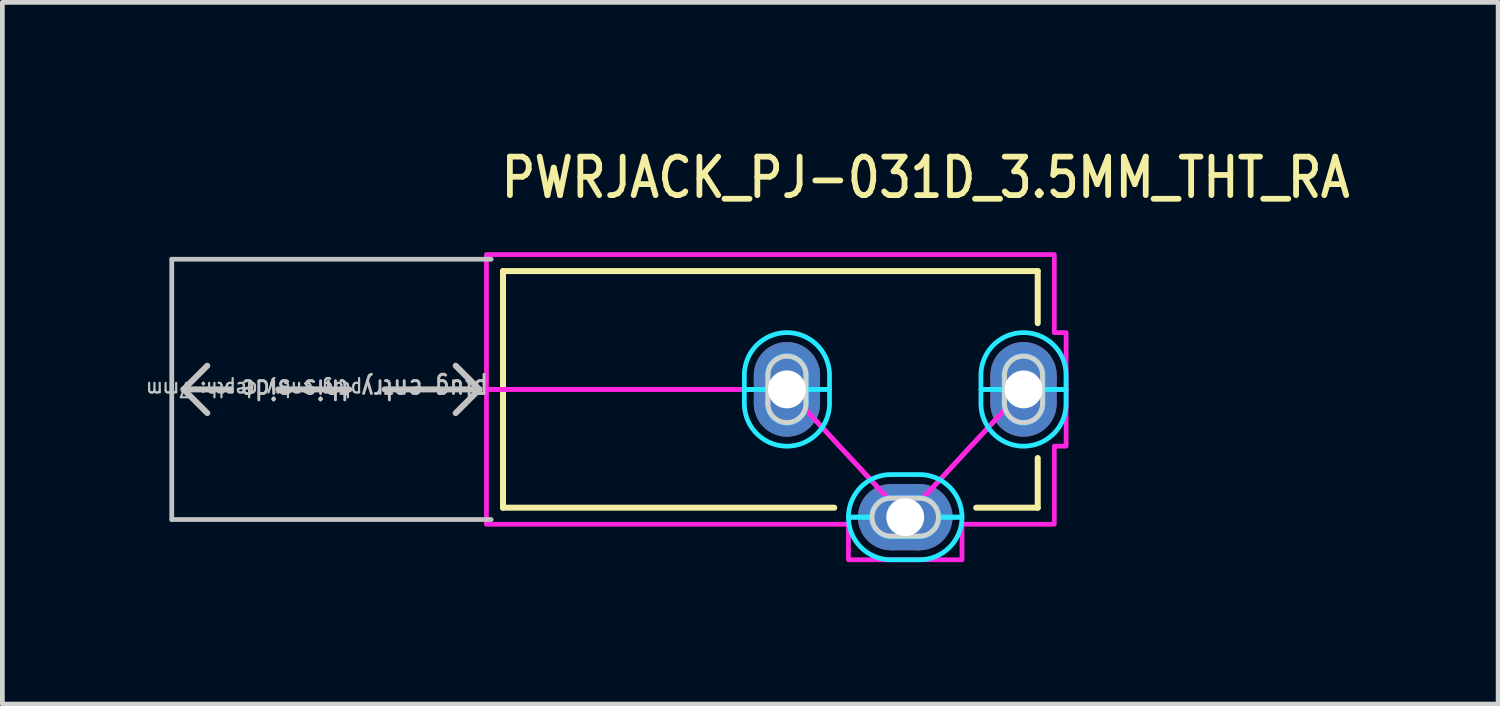
<source format=kicad_pcb>
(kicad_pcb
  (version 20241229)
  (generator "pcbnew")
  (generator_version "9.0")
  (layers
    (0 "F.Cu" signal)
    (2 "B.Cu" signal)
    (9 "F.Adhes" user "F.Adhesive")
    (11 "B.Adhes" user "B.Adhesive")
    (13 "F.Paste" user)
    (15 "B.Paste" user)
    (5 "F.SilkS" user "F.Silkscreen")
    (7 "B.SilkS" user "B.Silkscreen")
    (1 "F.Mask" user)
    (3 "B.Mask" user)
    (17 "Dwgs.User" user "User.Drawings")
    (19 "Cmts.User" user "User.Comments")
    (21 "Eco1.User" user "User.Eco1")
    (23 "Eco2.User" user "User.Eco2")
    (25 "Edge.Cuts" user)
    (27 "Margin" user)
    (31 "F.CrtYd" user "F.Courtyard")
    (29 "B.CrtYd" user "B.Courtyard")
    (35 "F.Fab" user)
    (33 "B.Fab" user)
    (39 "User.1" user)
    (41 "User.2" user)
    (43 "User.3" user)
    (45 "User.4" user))
  (footprint "PWRJACK_PJ-031D_3.5MM_THT_RA"
    (layer "F.Cu")
    (at 16.08 5.179)
    (property "Reference" "PWRJACK_PJ-031D_3.5MM_THT_RA" (at -8.6 -4 0) (unlocked yes) (layer "F.SilkS") (effects (font (size 0.813 0.695) (thickness 0.122)) (justify left bottom)))
    (fp_circle (center -2.5 -0.3) (end -3.2 -0.3) (stroke (width 0) (type solid)) (fill yes) (layer "F.Cu"))
    (fp_circle (center -2.5 0.3) (end -1.8 0.3) (stroke (width 0) (type solid)) (fill yes) (layer "F.Cu"))
    (fp_circle (center -0.3 2.7) (end -0.3 3.4) (stroke (width 0) (type solid)) (fill yes) (layer "F.Cu"))
    (fp_circle (center 0.3 2.7) (end 0.3 2) (stroke (width 0) (type solid)) (fill yes) (layer "F.Cu"))
    (fp_circle (center 2.5 -0.3) (end 1.8 -0.3) (stroke (width 0) (type solid)) (fill yes) (layer "F.Cu"))
    (fp_circle (center 2.5 0.3) (end 3.2 0.3) (stroke (width 0) (type solid)) (fill yes) (layer "F.Cu"))
    (fp_poly (pts (xy -3.2 -0.3) (xy -1.8 -0.3) (xy -1.8 0.3) (xy -3.2 0.3)) (stroke (width 0) (type solid)) (fill yes) (layer "F.Cu"))
    (fp_poly (pts (xy -0.3 3.4) (xy -0.3 2) (xy 0.3 2) (xy 0.3 3.4)) (stroke (width 0) (type solid)) (fill yes) (layer "F.Cu"))
    (fp_poly (pts (xy 1.8 -0.3) (xy 3.2 -0.3) (xy 3.2 0.3) (xy 1.8 0.3)) (stroke (width 0) (type solid)) (fill yes) (layer "F.Cu"))
    (fp_circle (center -2.5 -0.3) (end -3.3 -0.3) (stroke (width 0) (type solid)) (fill yes) (layer "F.Mask"))
    (fp_circle (center -2.5 0.3) (end -1.7 0.3) (stroke (width 0) (type solid)) (fill yes) (layer "F.Mask"))
    (fp_circle (center -0.3 2.7) (end -0.3 3.5) (stroke (width 0) (type solid)) (fill yes) (layer "F.Mask"))
    (fp_circle (center 0.3 2.7) (end 0.3 1.9) (stroke (width 0) (type solid)) (fill yes) (layer "F.Mask"))
    (fp_circle (center 2.5 -0.3) (end 1.7 -0.3) (stroke (width 0) (type solid)) (fill yes) (layer "F.Mask"))
    (fp_circle (center 2.5 0.3) (end 3.3 0.3) (stroke (width 0) (type solid)) (fill yes) (layer "F.Mask"))
    (fp_poly (pts (xy -3.3 -0.3) (xy -1.7 -0.3) (xy -1.7 0.3) (xy -3.3 0.3)) (stroke (width 0) (type solid)) (fill yes) (layer "F.Mask"))
    (fp_poly (pts (xy -0.3 3.5) (xy -0.3 1.9) (xy 0.3 1.9) (xy 0.3 3.5)) (stroke (width 0) (type solid)) (fill yes) (layer "F.Mask"))
    (fp_poly (pts (xy 1.7 -0.3) (xy 3.3 -0.3) (xy 3.3 0.3) (xy 1.7 0.3)) (stroke (width 0) (type solid)) (fill yes) (layer "F.Mask"))
    (fp_circle (center -2.5 -0.3) (end -1.8 -0.3) (stroke (width 0) (type solid)) (fill yes) (layer "B.Cu"))
    (fp_circle (center -2.5 0.3) (end -3.2 0.3) (stroke (width 0) (type solid)) (fill yes) (layer "B.Cu"))
    (fp_circle (center -0.3 2.7) (end -0.3 2) (stroke (width 0) (type solid)) (fill yes) (layer "B.Cu"))
    (fp_circle (center 0.3 2.7) (end 0.3 3.4) (stroke (width 0) (type solid)) (fill yes) (layer "B.Cu"))
    (fp_circle (center 2.5 -0.3) (end 3.2 -0.3) (stroke (width 0) (type solid)) (fill yes) (layer "B.Cu"))
    (fp_circle (center 2.5 0.3) (end 1.8 0.3) (stroke (width 0) (type solid)) (fill yes) (layer "B.Cu"))
    (fp_poly (pts (xy -1.8 -0.3) (xy -3.2 -0.3) (xy -3.2 0.3) (xy -1.8 0.3)) (stroke (width 0) (type solid)) (fill yes) (layer "B.Cu"))
    (fp_poly (pts (xy 0.3 3.4) (xy 0.3 2) (xy -0.3 2) (xy -0.3 3.4)) (stroke (width 0) (type solid)) (fill yes) (layer "B.Cu"))
    (fp_poly (pts (xy 3.2 -0.3) (xy 1.8 -0.3) (xy 1.8 0.3) (xy 3.2 0.3)) (stroke (width 0) (type solid)) (fill yes) (layer "B.Cu"))
    (fp_circle (center -2.5 -0.3) (end -1.7 -0.3) (stroke (width 0) (type solid)) (fill yes) (layer "B.Mask"))
    (fp_circle (center -2.5 0.3) (end -3.3 0.3) (stroke (width 0) (type solid)) (fill yes) (layer "B.Mask"))
    (fp_circle (center -0.3 2.7) (end -0.3 1.9) (stroke (width 0) (type solid)) (fill yes) (layer "B.Mask"))
    (fp_circle (center 0.3 2.7) (end 0.3 3.5) (stroke (width 0) (type solid)) (fill yes) (layer "B.Mask"))
    (fp_circle (center 2.5 -0.3) (end 3.3 -0.3) (stroke (width 0) (type solid)) (fill yes) (layer "B.Mask"))
    (fp_circle (center 2.5 0.3) (end 1.7 0.3) (stroke (width 0) (type solid)) (fill yes) (layer "B.Mask"))
    (fp_poly (pts (xy -1.7 -0.3) (xy -3.3 -0.3) (xy -3.3 0.3) (xy -1.7 0.3)) (stroke (width 0) (type solid)) (fill yes) (layer "B.Mask"))
    (fp_poly (pts (xy 0.3 3.5) (xy 0.3 1.9) (xy -0.3 1.9) (xy -0.3 3.5)) (stroke (width 0) (type solid)) (fill yes) (layer "B.Mask"))
    (fp_poly (pts (xy 3.3 -0.3) (xy 1.7 -0.3) (xy 1.7 0.3) (xy 3.3 0.3)) (stroke (width 0) (type solid)) (fill yes) (layer "B.Mask"))
    (fp_line (start -8.5 -2.5) (end 2.8 -2.5) (stroke (width 0.127) (type solid)) (layer "F.SilkS"))
    (fp_line (start -8.5 2.5) (end -8.5 -2.5) (stroke (width 0.127) (type solid)) (layer "F.SilkS"))
    (fp_line (start -1.5 2.5) (end -8.5 2.5) (stroke (width 0.127) (type solid)) (layer "F.SilkS"))
    (fp_line (start 2.8 -2.5) (end 2.8 -1.4) (stroke (width 0.127) (type solid)) (layer "F.SilkS"))
    (fp_line (start 2.8 1.45) (end 2.8 2.5) (stroke (width 0.127) (type solid)) (layer "F.SilkS"))
    (fp_line (start 2.8 2.5) (end 1.5 2.5) (stroke (width 0.127) (type solid)) (layer "F.SilkS"))
    (fp_line (start -15.5 -2.75) (end -15.5 2.75) (stroke (width 0.1) (type solid)) (layer "Dwgs.User"))
    (fp_line (start -15.5 2.75) (end -8.75 2.75) (stroke (width 0.1) (type solid)) (layer "Dwgs.User"))
    (fp_line (start -15.25 0) (end -14.75 -0.5) (stroke (width 0.127) (type solid)) (layer "Dwgs.User"))
    (fp_line (start -15.25 0) (end -14.75 0.5) (stroke (width 0.127) (type solid)) (layer "Dwgs.User"))
    (fp_line (start -14.25 0) (end -15.25 0) (stroke (width 0.127) (type solid)) (layer "Dwgs.User"))
    (fp_line (start -11.75 0) (end -13.25 0) (stroke (width 0.127) (type solid)) (layer "Dwgs.User"))
    (fp_line (start -9 0) (end -11 0) (stroke (width 0.127) (type solid)) (layer "Dwgs.User"))
    (fp_line (start -9 0) (end -9.5 -0.5) (stroke (width 0.127) (type solid)) (layer "Dwgs.User"))
    (fp_line (start -9 0) (end -9.5 0.5) (stroke (width 0.127) (type solid)) (layer "Dwgs.User"))
    (fp_line (start -8.75 -2.75) (end -15.5 -2.75) (stroke (width 0.1) (type solid)) (layer "Dwgs.User"))
    (fp_line (start -2.9 -0.3) (end -2.9 0.3) (stroke (width 0.1) (type solid)) (layer "Edge.Cuts"))
    (fp_line (start -2.1 0.3) (end -2.1 -0.3) (stroke (width 0.1) (type solid)) (layer "Edge.Cuts"))
    (fp_line (start -0.3 3.1) (end 0.3 3.1) (stroke (width 0.1) (type solid)) (layer "Edge.Cuts"))
    (fp_line (start 0.3 2.3) (end -0.3 2.3) (stroke (width 0.1) (type solid)) (layer "Edge.Cuts"))
    (fp_line (start 2.1 -0.3) (end 2.1 0.3) (stroke (width 0.1) (type solid)) (layer "Edge.Cuts"))
    (fp_line (start 2.9 0.3) (end 2.9 -0.3) (stroke (width 0.1) (type solid)) (layer "Edge.Cuts"))
    (fp_arc (start -2.9 -0.3) (mid -2.5 -0.7) (end -2.1 -0.3) (stroke (width 0.1) (type solid)) (layer "Edge.Cuts"))
    (fp_arc (start -2.1 0.3) (mid -2.5 0.7) (end -2.9 0.3) (stroke (width 0.1) (type solid)) (layer "Edge.Cuts"))
    (fp_arc (start -0.3 3.1) (mid -0.7 2.7) (end -0.3 2.3) (stroke (width 0.1) (type solid)) (layer "Edge.Cuts"))
    (fp_arc (start 0.3 2.3) (mid 0.7 2.7) (end 0.3 3.1) (stroke (width 0.1) (type solid)) (layer "Edge.Cuts"))
    (fp_arc (start 2.1 -0.3) (mid 2.5 -0.7) (end 2.9 -0.3) (stroke (width 0.1) (type solid)) (layer "Edge.Cuts"))
    (fp_arc (start 2.9 0.3) (mid 2.5 0.7) (end 2.1 0.3) (stroke (width 0.1) (type solid)) (layer "Edge.Cuts"))
    (fp_poly (pts (xy -3.4 0) (xy -3.4 -0.3) (xy -3.399 -0.35) (xy -3.395 -0.399) (xy -3.388 -0.448) (xy -3.378 -0.497) (xy -3.366 -0.545) (xy -3.351 -0.592) (xy -3.334 -0.639) (xy -3.314 -0.684) (xy -3.292 -0.728) (xy -3.267 -0.771) (xy -3.24 -0.813) (xy -3.21 -0.853) (xy -3.179 -0.891) (xy -3.145 -0.928) (xy -3.11 -0.962) (xy -3.072 -0.995) (xy -3.033 -1.025) (xy -2.992 -1.053) (xy -2.95 -1.079) (xy -2.906 -1.103) (xy -2.862 -1.124) (xy -2.816 -1.143) (xy -2.769 -1.159) (xy -2.721 -1.172) (xy -2.673 -1.183) (xy -2.624 -1.191) (xy -2.574 -1.197) (xy -2.525 -1.2) (xy -2.475 -1.2) (xy -2.426 -1.197) (xy -2.376 -1.191) (xy -2.327 -1.183) (xy -2.279 -1.172) (xy -2.231 -1.159) (xy -2.184 -1.143) (xy -2.138 -1.124) (xy -2.094 -1.103) (xy -2.05 -1.079) (xy -2.008 -1.053) (xy -1.967 -1.025) (xy -1.928 -0.995) (xy -1.89 -0.962) (xy -1.855 -0.928) (xy -1.821 -0.891) (xy -1.79 -0.853) (xy -1.76 -0.813) (xy -1.733 -0.771) (xy -1.708 -0.728) (xy -1.686 -0.684) (xy -1.666 -0.639) (xy -1.649 -0.592) (xy -1.634 -0.545) (xy -1.622 -0.497) (xy -1.612 -0.448) (xy -1.605 -0.399) (xy -1.601 -0.35) (xy -1.6 -0.3) (xy -1.6 0) (xy -2.09 0) (xy -2.09 -0.3) (xy -2.09 -0.301) (xy -2.093 -0.349) (xy -2.093 -0.35) (xy -2.102 -0.398) (xy -2.102 -0.399) (xy -2.116 -0.445) (xy -2.117 -0.446) (xy -2.137 -0.49) (xy -2.137 -0.491) (xy -2.162 -0.532) (xy -2.163 -0.533) (xy -2.193 -0.571) (xy -2.194 -0.572) (xy -2.228 -0.606) (xy -2.229 -0.607) (xy -2.267 -0.637) (xy -2.268 -0.638) (xy -2.309 -0.663) (xy -2.31 -0.663) (xy -2.354 -0.683) (xy -2.355 -0.684) (xy -2.401 -0.698) (xy -2.402 -0.698) (xy -2.45 -0.707) (xy -2.451 -0.707) (xy -2.499 -0.71) (xy -2.501 -0.71) (xy -2.549 -0.707) (xy -2.55 -0.707) (xy -2.598 -0.698) (xy -2.599 -0.698) (xy -2.645 -0.684) (xy -2.646 -0.683) (xy -2.69 -0.663) (xy -2.691 -0.663) (xy -2.732 -0.638) (xy -2.733 -0.637) (xy -2.771 -0.607) (xy -2.772 -0.606) (xy -2.806 -0.572) (xy -2.807 -0.571) (xy -2.837 -0.533) (xy -2.838 -0.532) (xy -2.863 -0.491) (xy -2.863 -0.49) (xy -2.883 -0.446) (xy -2.884 -0.445) (xy -2.898 -0.399) (xy -2.898 -0.398) (xy -2.907 -0.35) (xy -2.907 -0.349) (xy -2.91 -0.301) (xy -2.91 -0.3) (xy -2.91 0)) (stroke (width 0.1) (type solid)) (fill no) (layer "B.CrtYd"))
    (fp_poly (pts (xy -1.6 0.3) (xy -1.601 0.35) (xy -1.605 0.399) (xy -1.612 0.448) (xy -1.622 0.497) (xy -1.634 0.545) (xy -1.649 0.592) (xy -1.666 0.639) (xy -1.686 0.684) (xy -1.708 0.728) (xy -1.733 0.771) (xy -1.76 0.813) (xy -1.79 0.853) (xy -1.821 0.891) (xy -1.855 0.928) (xy -1.89 0.962) (xy -1.928 0.995) (xy -1.967 1.025) (xy -2.008 1.053) (xy -2.05 1.079) (xy -2.094 1.103) (xy -2.138 1.124) (xy -2.184 1.143) (xy -2.231 1.159) (xy -2.279 1.172) (xy -2.327 1.183) (xy -2.376 1.191) (xy -2.426 1.197) (xy -2.475 1.2) (xy -2.525 1.2) (xy -2.574 1.197) (xy -2.624 1.191) (xy -2.673 1.183) (xy -2.721 1.172) (xy -2.769 1.159) (xy -2.816 1.143) (xy -2.862 1.124) (xy -2.906 1.103) (xy -2.95 1.079) (xy -2.992 1.053) (xy -3.033 1.025) (xy -3.072 0.995) (xy -3.11 0.962) (xy -3.145 0.928) (xy -3.179 0.891) (xy -3.21 0.853) (xy -3.24 0.813) (xy -3.267 0.771) (xy -3.292 0.728) (xy -3.314 0.684) (xy -3.334 0.639) (xy -3.351 0.592) (xy -3.366 0.545) (xy -3.378 0.497) (xy -3.388 0.448) (xy -3.395 0.399) (xy -3.399 0.35) (xy -3.4 0.3) (xy -3.4 0) (xy -2.91 0) (xy -2.91 0.3) (xy -2.91 0.301) (xy -2.907 0.349) (xy -2.907 0.35) (xy -2.898 0.398) (xy -2.898 0.399) (xy -2.884 0.445) (xy -2.883 0.446) (xy -2.863 0.49) (xy -2.863 0.491) (xy -2.838 0.532) (xy -2.837 0.533) (xy -2.807 0.571) (xy -2.806 0.572) (xy -2.772 0.606) (xy -2.771 0.607) (xy -2.733 0.637) (xy -2.732 0.638) (xy -2.691 0.663) (xy -2.69 0.663) (xy -2.646 0.683) (xy -2.645 0.684) (xy -2.599 0.698) (xy -2.598 0.698) (xy -2.55 0.707) (xy -2.549 0.707) (xy -2.501 0.71) (xy -2.499 0.71) (xy -2.451 0.707) (xy -2.45 0.707) (xy -2.402 0.698) (xy -2.401 0.698) (xy -2.355 0.684) (xy -2.354 0.683) (xy -2.31 0.663) (xy -2.309 0.663) (xy -2.268 0.638) (xy -2.267 0.637) (xy -2.229 0.607) (xy -2.228 0.606) (xy -2.194 0.572) (xy -2.193 0.571) (xy -2.163 0.533) (xy -2.162 0.532) (xy -2.137 0.491) (xy -2.137 0.49) (xy -2.117 0.446) (xy -2.116 0.445) (xy -2.102 0.399) (xy -2.102 0.398) (xy -2.093 0.35) (xy -2.093 0.349) (xy -2.09 0.301) (xy -2.09 0.3) (xy -2.09 0) (xy -1.6 0)) (stroke (width 0.1) (type solid)) (fill no) (layer "B.CrtYd"))
    (fp_poly (pts (xy -1.2 2.7) (xy -1.2 2.675) (xy -1.197 2.626) (xy -1.191 2.576) (xy -1.183 2.527) (xy -1.172 2.479) (xy -1.159 2.431) (xy -1.143 2.384) (xy -1.124 2.338) (xy -1.103 2.294) (xy -1.079 2.25) (xy -1.053 2.208) (xy -1.025 2.167) (xy -0.995 2.128) (xy -0.962 2.09) (xy -0.928 2.055) (xy -0.891 2.021) (xy -0.853 1.99) (xy -0.813 1.96) (xy -0.771 1.933) (xy -0.728 1.908) (xy -0.684 1.886) (xy -0.639 1.866) (xy -0.592 1.849) (xy -0.545 1.834) (xy -0.497 1.822) (xy -0.448 1.812) (xy -0.399 1.805) (xy -0.35 1.801) (xy -0.3 1.8) (xy 0.3 1.8) (xy 0.35 1.801) (xy 0.399 1.805) (xy 0.448 1.812) (xy 0.497 1.822) (xy 0.545 1.834) (xy 0.592 1.849) (xy 0.639 1.866) (xy 0.684 1.886) (xy 0.728 1.908) (xy 0.771 1.933) (xy 0.813 1.96) (xy 0.853 1.99) (xy 0.891 2.021) (xy 0.928 2.055) (xy 0.962 2.09) (xy 0.995 2.128) (xy 1.025 2.167) (xy 1.053 2.208) (xy 1.079 2.25) (xy 1.103 2.294) (xy 1.124 2.338) (xy 1.143 2.384) (xy 1.159 2.431) (xy 1.172 2.479) (xy 1.183 2.527) (xy 1.191 2.576) (xy 1.197 2.626) (xy 1.2 2.675) (xy 1.2 2.7) (xy 0.71 2.7) (xy 0.71 2.699) (xy 0.707 2.651) (xy 0.707 2.65) (xy 0.698 2.602) (xy 0.698 2.601) (xy 0.684 2.555) (xy 0.683 2.554) (xy 0.663 2.51) (xy 0.663 2.509) (xy 0.638 2.468) (xy 0.637 2.467) (xy 0.607 2.429) (xy 0.606 2.428) (xy 0.572 2.394) (xy 0.571 2.393) (xy 0.533 2.363) (xy 0.532 2.362) (xy 0.491 2.337) (xy 0.49 2.337) (xy 0.446 2.317) (xy 0.445 2.316) (xy 0.399 2.302) (xy 0.398 2.302) (xy 0.35 2.293) (xy 0.349 2.293) (xy 0.301 2.29) (xy 0.3 2.29) (xy -0.3 2.29) (xy -0.301 2.29) (xy -0.349 2.293) (xy -0.35 2.293) (xy -0.398 2.302) (xy -0.399 2.302) (xy -0.445 2.316) (xy -0.446 2.317) (xy -0.49 2.337) (xy -0.491 2.337) (xy -0.532 2.362) (xy -0.533 2.363) (xy -0.571 2.393) (xy -0.572 2.394) (xy -0.606 2.428) (xy -0.607 2.429) (xy -0.637 2.467) (xy -0.638 2.468) (xy -0.663 2.509) (xy -0.663 2.51) (xy -0.683 2.554) (xy -0.684 2.555) (xy -0.698 2.601) (xy -0.698 2.602) (xy -0.707 2.65) (xy -0.707 2.651) (xy -0.71 2.699) (xy -0.71 2.7)) (stroke (width 0.1) (type solid)) (fill no) (layer "B.CrtYd"))
    (fp_poly (pts (xy -0.3 3.6) (xy -0.35 3.599) (xy -0.399 3.595) (xy -0.448 3.588) (xy -0.497 3.578) (xy -0.545 3.566) (xy -0.592 3.551) (xy -0.639 3.534) (xy -0.684 3.514) (xy -0.728 3.492) (xy -0.771 3.467) (xy -0.813 3.44) (xy -0.853 3.41) (xy -0.891 3.379) (xy -0.928 3.345) (xy -0.962 3.31) (xy -0.995 3.272) (xy -1.025 3.233) (xy -1.053 3.192) (xy -1.079 3.15) (xy -1.103 3.106) (xy -1.124 3.062) (xy -1.143 3.016) (xy -1.159 2.969) (xy -1.172 2.921) (xy -1.183 2.873) (xy -1.191 2.824) (xy -1.197 2.774) (xy -1.2 2.725) (xy -1.2 2.7) (xy -0.71 2.7) (xy -0.71 2.701) (xy -0.707 2.749) (xy -0.707 2.75) (xy -0.698 2.798) (xy -0.698 2.799) (xy -0.684 2.845) (xy -0.683 2.846) (xy -0.663 2.89) (xy -0.663 2.891) (xy -0.638 2.932) (xy -0.637 2.933) (xy -0.607 2.971) (xy -0.606 2.972) (xy -0.572 3.006) (xy -0.571 3.007) (xy -0.533 3.037) (xy -0.532 3.038) (xy -0.491 3.063) (xy -0.49 3.063) (xy -0.446 3.083) (xy -0.445 3.084) (xy -0.399 3.098) (xy -0.398 3.098) (xy -0.35 3.107) (xy -0.349 3.107) (xy -0.301 3.11) (xy -0.3 3.11) (xy 0.3 3.11) (xy 0.301 3.11) (xy 0.349 3.107) (xy 0.35 3.107) (xy 0.398 3.098) (xy 0.399 3.098) (xy 0.445 3.084) (xy 0.446 3.083) (xy 0.49 3.063) (xy 0.491 3.063) (xy 0.532 3.038) (xy 0.533 3.037) (xy 0.571 3.007) (xy 0.572 3.006) (xy 0.606 2.972) (xy 0.607 2.971) (xy 0.637 2.933) (xy 0.638 2.932) (xy 0.663 2.891) (xy 0.663 2.89) (xy 0.683 2.846) (xy 0.684 2.845) (xy 0.698 2.799) (xy 0.698 2.798) (xy 0.707 2.75) (xy 0.707 2.749) (xy 0.71 2.701) (xy 0.71 2.7) (xy 1.2 2.7) (xy 1.2 2.725) (xy 1.197 2.774) (xy 1.191 2.824) (xy 1.183 2.873) (xy 1.172 2.921) (xy 1.159 2.969) (xy 1.143 3.016) (xy 1.124 3.062) (xy 1.103 3.106) (xy 1.079 3.15) (xy 1.053 3.192) (xy 1.025 3.233) (xy 0.995 3.272) (xy 0.962 3.31) (xy 0.928 3.345) (xy 0.891 3.379) (xy 0.853 3.41) (xy 0.813 3.44) (xy 0.771 3.467) (xy 0.728 3.492) (xy 0.684 3.514) (xy 0.639 3.534) (xy 0.592 3.551) (xy 0.545 3.566) (xy 0.497 3.578) (xy 0.448 3.588) (xy 0.399 3.595) (xy 0.35 3.599) (xy 0.3 3.6)) (stroke (width 0.1) (type solid)) (fill no) (layer "B.CrtYd"))
    (fp_poly (pts (xy 1.6 0) (xy 1.6 -0.3) (xy 1.601 -0.35) (xy 1.605 -0.399) (xy 1.612 -0.448) (xy 1.622 -0.497) (xy 1.634 -0.545) (xy 1.649 -0.592) (xy 1.666 -0.639) (xy 1.686 -0.684) (xy 1.708 -0.728) (xy 1.733 -0.771) (xy 1.76 -0.813) (xy 1.79 -0.853) (xy 1.821 -0.891) (xy 1.855 -0.928) (xy 1.89 -0.962) (xy 1.928 -0.995) (xy 1.967 -1.025) (xy 2.008 -1.053) (xy 2.05 -1.079) (xy 2.094 -1.103) (xy 2.138 -1.124) (xy 2.184 -1.143) (xy 2.231 -1.159) (xy 2.279 -1.172) (xy 2.327 -1.183) (xy 2.376 -1.191) (xy 2.426 -1.197) (xy 2.475 -1.2) (xy 2.525 -1.2) (xy 2.574 -1.197) (xy 2.624 -1.191) (xy 2.673 -1.183) (xy 2.721 -1.172) (xy 2.769 -1.159) (xy 2.816 -1.143) (xy 2.862 -1.124) (xy 2.906 -1.103) (xy 2.95 -1.079) (xy 2.992 -1.053) (xy 3.033 -1.025) (xy 3.072 -0.995) (xy 3.11 -0.962) (xy 3.145 -0.928) (xy 3.179 -0.891) (xy 3.21 -0.853) (xy 3.24 -0.813) (xy 3.267 -0.771) (xy 3.292 -0.728) (xy 3.314 -0.684) (xy 3.334 -0.639) (xy 3.351 -0.592) (xy 3.366 -0.545) (xy 3.378 -0.497) (xy 3.388 -0.448) (xy 3.395 -0.399) (xy 3.399 -0.35) (xy 3.4 -0.3) (xy 3.4 0) (xy 2.91 0) (xy 2.91 -0.3) (xy 2.91 -0.301) (xy 2.907 -0.349) (xy 2.907 -0.35) (xy 2.898 -0.398) (xy 2.898 -0.399) (xy 2.884 -0.445) (xy 2.883 -0.446) (xy 2.863 -0.49) (xy 2.863 -0.491) (xy 2.838 -0.532) (xy 2.837 -0.533) (xy 2.807 -0.571) (xy 2.806 -0.572) (xy 2.772 -0.606) (xy 2.771 -0.607) (xy 2.733 -0.637) (xy 2.732 -0.638) (xy 2.691 -0.663) (xy 2.69 -0.663) (xy 2.646 -0.683) (xy 2.645 -0.684) (xy 2.599 -0.698) (xy 2.598 -0.698) (xy 2.55 -0.707) (xy 2.549 -0.707) (xy 2.501 -0.71) (xy 2.499 -0.71) (xy 2.451 -0.707) (xy 2.45 -0.707) (xy 2.402 -0.698) (xy 2.401 -0.698) (xy 2.355 -0.684) (xy 2.354 -0.683) (xy 2.31 -0.663) (xy 2.309 -0.663) (xy 2.268 -0.638) (xy 2.267 -0.637) (xy 2.229 -0.607) (xy 2.228 -0.606) (xy 2.194 -0.572) (xy 2.193 -0.571) (xy 2.163 -0.533) (xy 2.162 -0.532) (xy 2.137 -0.491) (xy 2.137 -0.49) (xy 2.117 -0.446) (xy 2.116 -0.445) (xy 2.102 -0.399) (xy 2.102 -0.398) (xy 2.093 -0.35) (xy 2.093 -0.349) (xy 2.09 -0.301) (xy 2.09 -0.3) (xy 2.09 0)) (stroke (width 0.1) (type solid)) (fill no) (layer "B.CrtYd"))
    (fp_poly (pts (xy 3.4 0.3) (xy 3.399 0.35) (xy 3.395 0.399) (xy 3.388 0.448) (xy 3.378 0.497) (xy 3.366 0.545) (xy 3.351 0.592) (xy 3.334 0.639) (xy 3.314 0.684) (xy 3.292 0.728) (xy 3.267 0.771) (xy 3.24 0.813) (xy 3.21 0.853) (xy 3.179 0.891) (xy 3.145 0.928) (xy 3.11 0.962) (xy 3.072 0.995) (xy 3.033 1.025) (xy 2.992 1.053) (xy 2.95 1.079) (xy 2.906 1.103) (xy 2.862 1.124) (xy 2.816 1.143) (xy 2.769 1.159) (xy 2.721 1.172) (xy 2.673 1.183) (xy 2.624 1.191) (xy 2.574 1.197) (xy 2.525 1.2) (xy 2.475 1.2) (xy 2.426 1.197) (xy 2.376 1.191) (xy 2.327 1.183) (xy 2.279 1.172) (xy 2.231 1.159) (xy 2.184 1.143) (xy 2.138 1.124) (xy 2.094 1.103) (xy 2.05 1.079) (xy 2.008 1.053) (xy 1.967 1.025) (xy 1.928 0.995) (xy 1.89 0.962) (xy 1.855 0.928) (xy 1.821 0.891) (xy 1.79 0.853) (xy 1.76 0.813) (xy 1.733 0.771) (xy 1.708 0.728) (xy 1.686 0.684) (xy 1.666 0.639) (xy 1.649 0.592) (xy 1.634 0.545) (xy 1.622 0.497) (xy 1.612 0.448) (xy 1.605 0.399) (xy 1.601 0.35) (xy 1.6 0.3) (xy 1.6 0) (xy 2.09 0) (xy 2.09 0.3) (xy 2.09 0.301) (xy 2.093 0.349) (xy 2.093 0.35) (xy 2.102 0.398) (xy 2.102 0.399) (xy 2.116 0.445) (xy 2.117 0.446) (xy 2.137 0.49) (xy 2.137 0.491) (xy 2.162 0.532) (xy 2.163 0.533) (xy 2.193 0.571) (xy 2.194 0.572) (xy 2.228 0.606) (xy 2.229 0.607) (xy 2.267 0.637) (xy 2.268 0.638) (xy 2.309 0.663) (xy 2.31 0.663) (xy 2.354 0.683) (xy 2.355 0.684) (xy 2.401 0.698) (xy 2.402 0.698) (xy 2.45 0.707) (xy 2.451 0.707) (xy 2.499 0.71) (xy 2.501 0.71) (xy 2.549 0.707) (xy 2.55 0.707) (xy 2.598 0.698) (xy 2.599 0.698) (xy 2.645 0.684) (xy 2.646 0.683) (xy 2.69 0.663) (xy 2.691 0.663) (xy 2.732 0.638) (xy 2.733 0.637) (xy 2.771 0.607) (xy 2.772 0.606) (xy 2.806 0.572) (xy 2.807 0.571) (xy 2.837 0.533) (xy 2.838 0.532) (xy 2.863 0.491) (xy 2.863 0.49) (xy 2.883 0.446) (xy 2.884 0.445) (xy 2.898 0.399) (xy 2.898 0.398) (xy 2.907 0.35) (xy 2.907 0.349) (xy 2.91 0.301) (xy 2.91 0.3) (xy 2.91 0) (xy 3.4 0)) (stroke (width 0.1) (type solid)) (fill no) (layer "B.CrtYd"))
    (fp_poly (pts (xy 3.15 -2.85) (xy 3.15 -1.2) (xy 3.4 -1.2) (xy 3.4 0) (xy 2.91 0) (xy 2.91 -0.3) (xy 2.91 -0.301) (xy 2.907 -0.349) (xy 2.907 -0.35) (xy 2.898 -0.398) (xy 2.898 -0.399) (xy 2.884 -0.445) (xy 2.883 -0.446) (xy 2.863 -0.49) (xy 2.863 -0.491) (xy 2.838 -0.532) (xy 2.837 -0.533) (xy 2.807 -0.571) (xy 2.806 -0.572) (xy 2.772 -0.606) (xy 2.771 -0.607) (xy 2.733 -0.637) (xy 2.732 -0.638) (xy 2.691 -0.663) (xy 2.69 -0.663) (xy 2.646 -0.683) (xy 2.645 -0.684) (xy 2.599 -0.698) (xy 2.598 -0.698) (xy 2.55 -0.707) (xy 2.549 -0.707) (xy 2.501 -0.71) (xy 2.499 -0.71) (xy 2.451 -0.707) (xy 2.45 -0.707) (xy 2.402 -0.698) (xy 2.401 -0.698) (xy 2.355 -0.684) (xy 2.354 -0.683) (xy 2.31 -0.663) (xy 2.309 -0.663) (xy 2.268 -0.638) (xy 2.267 -0.637) (xy 2.229 -0.607) (xy 2.228 -0.606) (xy 2.194 -0.572) (xy 2.193 -0.571) (xy 2.163 -0.533) (xy 2.162 -0.532) (xy 2.137 -0.491) (xy 2.137 -0.49) (xy 2.117 -0.446) (xy 2.116 -0.445) (xy 2.102 -0.399) (xy 2.102 -0.398) (xy 2.093 -0.35) (xy 2.093 -0.349) (xy 2.09 -0.301) (xy 2.09 -0.3) (xy 2.09 0.3) (xy 2.09 0.301) (xy 2.093 0.349) (xy 2.093 0.35) (xy 2.102 0.398) (xy 2.102 0.399) (xy 2.109 0.422) (xy 0.373 2.297) (xy 0.35 2.293) (xy 0.349 2.293) (xy 0.301 2.29) (xy 0.3 2.29) (xy -0.3 2.29) (xy -0.301 2.29) (xy -0.349 2.293) (xy -0.35 2.293) (xy -0.373 2.297) (xy -2.109 0.422) (xy -2.102 0.399) (xy -2.102 0.398) (xy -2.093 0.35) (xy -2.093 0.349) (xy -2.09 0.301) (xy -2.09 0.3) (xy -2.09 -0.3) (xy -2.09 -0.301) (xy -2.093 -0.349) (xy -2.093 -0.35) (xy -2.102 -0.398) (xy -2.102 -0.399) (xy -2.116 -0.445) (xy -2.117 -0.446) (xy -2.137 -0.49) (xy -2.137 -0.491) (xy -2.162 -0.532) (xy -2.163 -0.533) (xy -2.193 -0.571) (xy -2.194 -0.572) (xy -2.228 -0.606) (xy -2.229 -0.607) (xy -2.267 -0.637) (xy -2.268 -0.638) (xy -2.309 -0.663) (xy -2.31 -0.663) (xy -2.354 -0.683) (xy -2.355 -0.684) (xy -2.401 -0.698) (xy -2.402 -0.698) (xy -2.45 -0.707) (xy -2.451 -0.707) (xy -2.499 -0.71) (xy -2.501 -0.71) (xy -2.549 -0.707) (xy -2.55 -0.707) (xy -2.598 -0.698) (xy -2.599 -0.698) (xy -2.645 -0.684) (xy -2.646 -0.683) (xy -2.69 -0.663) (xy -2.691 -0.663) (xy -2.732 -0.638) (xy -2.733 -0.637) (xy -2.771 -0.607) (xy -2.772 -0.606) (xy -2.806 -0.572) (xy -2.807 -0.571) (xy -2.837 -0.533) (xy -2.838 -0.532) (xy -2.863 -0.491) (xy -2.863 -0.49) (xy -2.883 -0.446) (xy -2.884 -0.445) (xy -2.898 -0.399) (xy -2.898 -0.398) (xy -2.907 -0.35) (xy -2.907 -0.349) (xy -2.91 -0.301) (xy -2.91 -0.3) (xy -2.91 0) (xy -8.85 0) (xy -8.85 -2.85)) (stroke (width 0.1) (type solid)) (fill no) (layer "F.CrtYd"))
    (fp_poly (pts (xy 3.4 0) (xy 3.4 1.2) (xy 3.15 1.2) (xy 3.15 2.85) (xy 1.2 2.85) (xy 1.2 3.6) (xy -1.2 3.6) (xy -1.2 2.85) (xy -8.85 2.85) (xy -8.85 0) (xy -2.91 0) (xy -2.91 0.3) (xy -2.91 0.301) (xy -2.907 0.349) (xy -2.907 0.35) (xy -2.898 0.398) (xy -2.898 0.399) (xy -2.884 0.445) (xy -2.883 0.446) (xy -2.863 0.49) (xy -2.863 0.491) (xy -2.838 0.532) (xy -2.837 0.533) (xy -2.807 0.571) (xy -2.806 0.572) (xy -2.772 0.606) (xy -2.771 0.607) (xy -2.733 0.637) (xy -2.732 0.638) (xy -2.691 0.663) (xy -2.69 0.663) (xy -2.646 0.683) (xy -2.645 0.684) (xy -2.599 0.698) (xy -2.598 0.698) (xy -2.55 0.707) (xy -2.549 0.707) (xy -2.501 0.71) (xy -2.499 0.71) (xy -2.451 0.707) (xy -2.45 0.707) (xy -2.402 0.698) (xy -2.401 0.698) (xy -2.355 0.684) (xy -2.354 0.683) (xy -2.31 0.663) (xy -2.309 0.663) (xy -2.268 0.638) (xy -2.267 0.637) (xy -2.229 0.607) (xy -2.228 0.606) (xy -2.194 0.572) (xy -2.193 0.571) (xy -2.163 0.533) (xy -2.162 0.532) (xy -2.137 0.491) (xy -2.137 0.49) (xy -2.117 0.446) (xy -2.116 0.445) (xy -2.109 0.422) (xy -0.373 2.297) (xy -0.398 2.302) (xy -0.399 2.302) (xy -0.445 2.316) (xy -0.446 2.317) (xy -0.49 2.337) (xy -0.491 2.337) (xy -0.532 2.362) (xy -0.533 2.363) (xy -0.571 2.393) (xy -0.572 2.394) (xy -0.606 2.428) (xy -0.607 2.429) (xy -0.637 2.467) (xy -0.638 2.468) (xy -0.663 2.509) (xy -0.663 2.51) (xy -0.683 2.554) (xy -0.684 2.555) (xy -0.698 2.601) (xy -0.698 2.602) (xy -0.707 2.65) (xy -0.707 2.651) (xy -0.71 2.699) (xy -0.71 2.701) (xy -0.707 2.749) (xy -0.707 2.75) (xy -0.698 2.798) (xy -0.698 2.799) (xy -0.684 2.845) (xy -0.683 2.846) (xy -0.663 2.89) (xy -0.663 2.891) (xy -0.638 2.932) (xy -0.637 2.933) (xy -0.607 2.971) (xy -0.606 2.972) (xy -0.572 3.006) (xy -0.571 3.007) (xy -0.533 3.037) (xy -0.532 3.038) (xy -0.491 3.063) (xy -0.49 3.063) (xy -0.446 3.083) (xy -0.445 3.084) (xy -0.399 3.098) (xy -0.398 3.098) (xy -0.35 3.107) (xy -0.349 3.107) (xy -0.301 3.11) (xy -0.3 3.11) (xy 0.3 3.11) (xy 0.301 3.11) (xy 0.349 3.107) (xy 0.35 3.107) (xy 0.398 3.098) (xy 0.399 3.098) (xy 0.445 3.084) (xy 0.446 3.083) (xy 0.49 3.063) (xy 0.491 3.063) (xy 0.532 3.038) (xy 0.533 3.037) (xy 0.571 3.007) (xy 0.572 3.006) (xy 0.606 2.972) (xy 0.607 2.971) (xy 0.637 2.933) (xy 0.638 2.932) (xy 0.663 2.891) (xy 0.663 2.89) (xy 0.683 2.846) (xy 0.684 2.845) (xy 0.698 2.799) (xy 0.698 2.798) (xy 0.707 2.75) (xy 0.707 2.749) (xy 0.71 2.701) (xy 0.71 2.699) (xy 0.707 2.651) (xy 0.707 2.65) (xy 0.698 2.602) (xy 0.698 2.601) (xy 0.684 2.555) (xy 0.683 2.554) (xy 0.663 2.51) (xy 0.663 2.509) (xy 0.638 2.468) (xy 0.637 2.467) (xy 0.607 2.429) (xy 0.606 2.428) (xy 0.572 2.394) (xy 0.571 2.393) (xy 0.533 2.363) (xy 0.532 2.362) (xy 0.491 2.337) (xy 0.49 2.337) (xy 0.446 2.317) (xy 0.445 2.316) (xy 0.399 2.302) (xy 0.398 2.302) (xy 0.373 2.297) (xy 2.109 0.422) (xy 2.116 0.445) (xy 2.117 0.446) (xy 2.137 0.49) (xy 2.137 0.491) (xy 2.162 0.532) (xy 2.163 0.533) (xy 2.193 0.571) (xy 2.194 0.572) (xy 2.228 0.606) (xy 2.229 0.607) (xy 2.267 0.637) (xy 2.268 0.638) (xy 2.309 0.663) (xy 2.31 0.663) (xy 2.354 0.683) (xy 2.355 0.684) (xy 2.401 0.698) (xy 2.402 0.698) (xy 2.45 0.707) (xy 2.451 0.707) (xy 2.499 0.71) (xy 2.501 0.71) (xy 2.549 0.707) (xy 2.55 0.707) (xy 2.598 0.698) (xy 2.599 0.698) (xy 2.645 0.684) (xy 2.646 0.683) (xy 2.69 0.663) (xy 2.691 0.663) (xy 2.732 0.638) (xy 2.733 0.637) (xy 2.771 0.607) (xy 2.772 0.606) (xy 2.806 0.572) (xy 2.807 0.571) (xy 2.837 0.533) (xy 2.838 0.532) (xy 2.863 0.491) (xy 2.863 0.49) (xy 2.883 0.446) (xy 2.884 0.445) (xy 2.898 0.399) (xy 2.898 0.398) (xy 2.907 0.35) (xy 2.907 0.349) (xy 2.91 0.301) (xy 2.91 0.3) (xy 2.91 0)) (stroke (width 0.1) (type solid)) (fill no) (layer "F.CrtYd"))
    (fp_text user "plug entry this side" (at -11.43 0 180) (unlocked yes) (layer "Dwgs.User") (effects (font (size 0.406 0.347) (thickness 0.061))))
    (fp_text user "plug entry depth: 7mm" (at -13.76 0 180) (unlocked yes) (layer "Dwgs.User") (effects (font (size 0.305 0.261) (thickness 0.046))))
    (pad "1" thru_hole oval (at 2.5 0 90) (size 1.333 1.333) (drill 0.8) (layers "*.Cu" "*.Mask"))
    (pad "2" thru_hole oval (at -2.5 0 90) (size 1.333 1.333) (drill 0.8) (layers "*.Cu" "*.Mask"))
    (pad "3" thru_hole oval (at 0 2.7 180) (size 1.333 1.333) (drill 0.8) (layers "*.Cu" "*.Mask")))
  (gr_rect
    (start -3 -3)
    (end 28.61 11.829)
    (stroke (width 0.1) (type default))
    (fill no)
    (layer "Edge.Cuts")))
</source>
